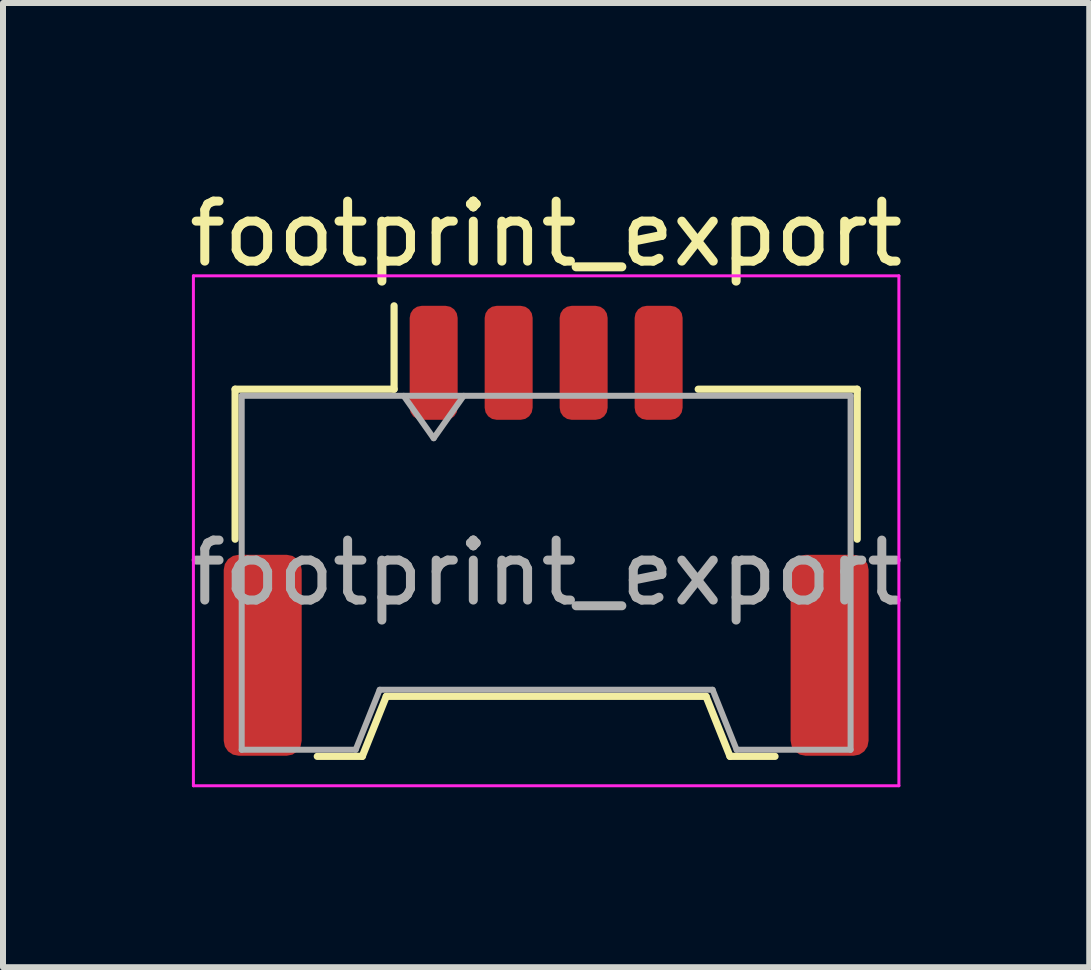
<source format=kicad_pcb>
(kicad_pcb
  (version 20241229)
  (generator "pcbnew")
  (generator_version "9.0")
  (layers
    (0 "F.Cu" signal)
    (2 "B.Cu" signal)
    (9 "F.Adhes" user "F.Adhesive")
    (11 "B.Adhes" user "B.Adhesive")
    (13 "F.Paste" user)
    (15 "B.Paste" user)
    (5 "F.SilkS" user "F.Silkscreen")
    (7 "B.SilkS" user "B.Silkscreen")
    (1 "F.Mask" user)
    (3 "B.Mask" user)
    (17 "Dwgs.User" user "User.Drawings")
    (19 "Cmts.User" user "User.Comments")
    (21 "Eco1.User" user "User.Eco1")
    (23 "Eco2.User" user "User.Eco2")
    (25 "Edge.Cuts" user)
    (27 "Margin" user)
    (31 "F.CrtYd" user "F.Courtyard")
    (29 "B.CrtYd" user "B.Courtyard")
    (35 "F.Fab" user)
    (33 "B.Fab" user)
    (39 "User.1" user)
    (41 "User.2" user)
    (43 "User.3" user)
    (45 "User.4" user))
  (footprint "footprint_export"
    (layer "F.Cu")
    (at 6.054 5.798)
    (property "Reference" "footprint_export" (at 0 -4.95 0) (layer "F.SilkS") (effects (font (size 1 1) (thickness 0.15))))
    (attr smd)
    (fp_line (start -5.185 -2.36) (end -2.535 -2.36) (stroke (width 0.12) (type solid)) (layer "F.SilkS"))
    (fp_line (start -5.185 0.14) (end -5.185 -2.36) (stroke (width 0.12) (type solid)) (layer "F.SilkS"))
    (fp_line (start -3.815 3.76) (end -3.065 3.76) (stroke (width 0.12) (type solid)) (layer "F.SilkS"))
    (fp_line (start -3.065 3.76) (end -2.665 2.76) (stroke (width 0.12) (type solid)) (layer "F.SilkS"))
    (fp_line (start -2.665 2.76) (end 2.665 2.76) (stroke (width 0.12) (type solid)) (layer "F.SilkS"))
    (fp_line (start -2.535 -2.36) (end -2.535 -3.75) (stroke (width 0.12) (type solid)) (layer "F.SilkS"))
    (fp_line (start 2.665 2.76) (end 3.065 3.76) (stroke (width 0.12) (type solid)) (layer "F.SilkS"))
    (fp_line (start 3.065 3.76) (end 3.815 3.76) (stroke (width 0.12) (type solid)) (layer "F.SilkS"))
    (fp_line (start 5.185 -2.36) (end 2.535 -2.36) (stroke (width 0.12) (type solid)) (layer "F.SilkS"))
    (fp_line (start 5.185 0.14) (end 5.185 -2.36) (stroke (width 0.12) (type solid)) (layer "F.SilkS"))
    (fp_line (start -5.88 -4.25) (end -5.88 4.25) (stroke (width 0.05) (type solid)) (layer "F.CrtYd"))
    (fp_line (start -5.88 4.25) (end 5.88 4.25) (stroke (width 0.05) (type solid)) (layer "F.CrtYd"))
    (fp_line (start 5.88 -4.25) (end -5.88 -4.25) (stroke (width 0.05) (type solid)) (layer "F.CrtYd"))
    (fp_line (start 5.88 4.25) (end 5.88 -4.25) (stroke (width 0.05) (type solid)) (layer "F.CrtYd"))
    (fp_line (start -5.075 -2.25) (end -5.075 3.65) (stroke (width 0.1) (type solid)) (layer "F.Fab"))
    (fp_line (start -5.075 -2.25) (end 5.075 -2.25) (stroke (width 0.1) (type solid)) (layer "F.Fab"))
    (fp_line (start -5.075 3.65) (end -3.175 3.65) (stroke (width 0.1) (type solid)) (layer "F.Fab"))
    (fp_line (start -3.175 3.65) (end -2.775 2.65) (stroke (width 0.1) (type solid)) (layer "F.Fab"))
    (fp_line (start -2.775 2.65) (end 2.775 2.65) (stroke (width 0.1) (type solid)) (layer "F.Fab"))
    (fp_line (start -2.375 -2.25) (end -1.875 -1.543) (stroke (width 0.1) (type solid)) (layer "F.Fab"))
    (fp_line (start -1.875 -1.543) (end -1.375 -2.25) (stroke (width 0.1) (type solid)) (layer "F.Fab"))
    (fp_line (start 2.775 2.65) (end 3.175 3.65) (stroke (width 0.1) (type solid)) (layer "F.Fab"))
    (fp_line (start 3.175 3.65) (end 5.075 3.65) (stroke (width 0.1) (type solid)) (layer "F.Fab"))
    (fp_line (start 5.075 -2.25) (end 5.075 3.65) (stroke (width 0.1) (type solid)) (layer "F.Fab"))
    (fp_text user "${REFERENCE}" (at 0 0.7 0) (layer "F.Fab") (effects (font (size 1 1) (thickness 0.15))))
    (pad "1" smd roundrect (at -1.875 -2.8) (size 0.8 1.9) (layers "F.Cu" "F.Mask" "F.Paste") (roundrect_rratio 0.25))
    (pad "2" smd roundrect (at -0.625 -2.8) (size 0.8 1.9) (layers "F.Cu" "F.Mask" "F.Paste") (roundrect_rratio 0.25))
    (pad "3" smd roundrect (at 0.625 -2.8) (size 0.8 1.9) (layers "F.Cu" "F.Mask" "F.Paste") (roundrect_rratio 0.25))
    (pad "4" smd roundrect (at 1.875 -2.8) (size 0.8 1.9) (layers "F.Cu" "F.Mask" "F.Paste") (roundrect_rratio 0.25))
    (pad "MP" smd roundrect (at -4.725 2.075) (size 1.3 3.35) (layers "F.Cu" "F.Mask" "F.Paste") (roundrect_rratio 0.192))
    (pad "MP" smd roundrect (at 4.725 2.075) (size 1.3 3.35) (layers "F.Cu" "F.Mask" "F.Paste") (roundrect_rratio 0.192)))
  (gr_rect
    (start -3 -3)
    (end 15.107 13.073)
    (stroke (width 0.1) (type default))
    (fill no)
    (layer "Edge.Cuts")))
</source>
